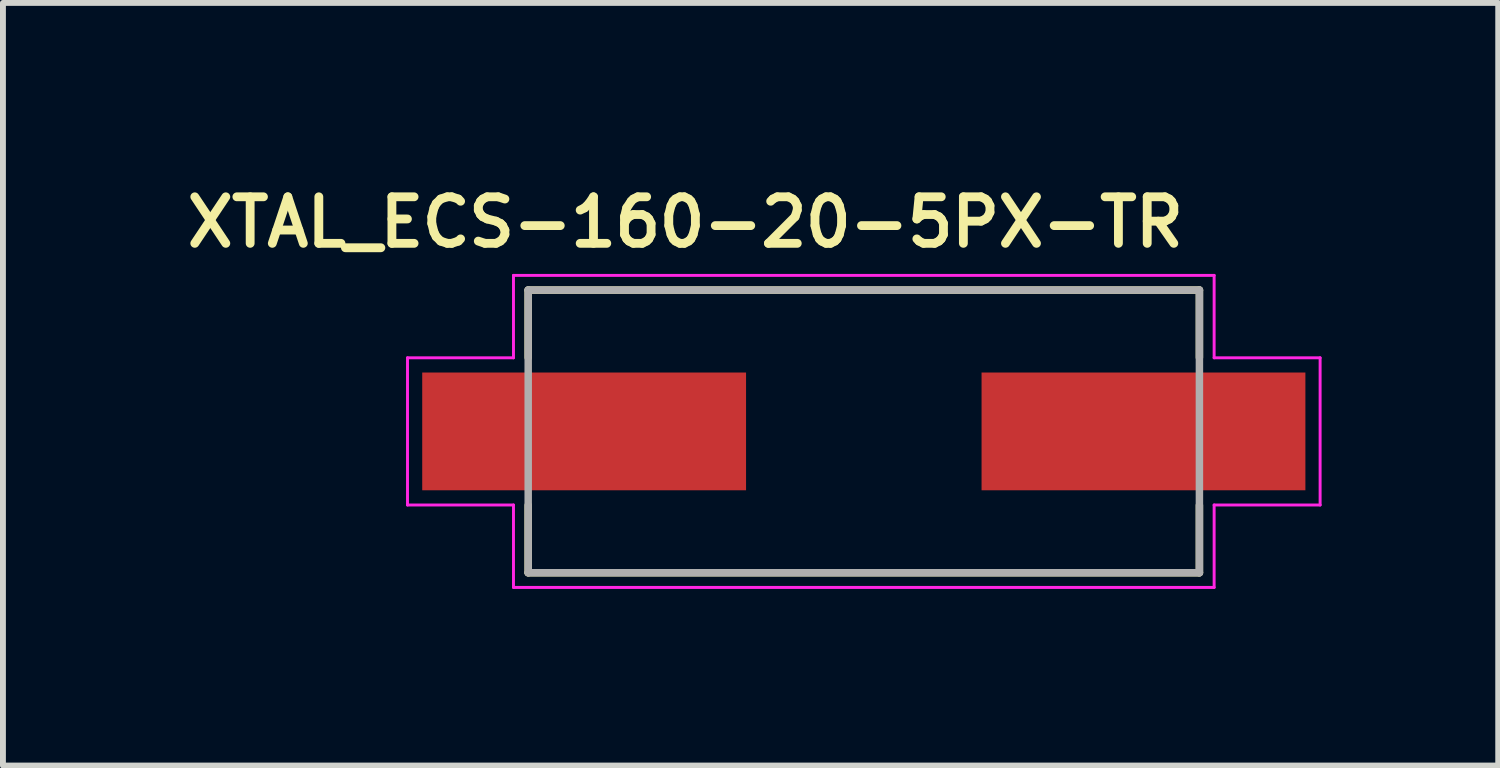
<source format=kicad_pcb>
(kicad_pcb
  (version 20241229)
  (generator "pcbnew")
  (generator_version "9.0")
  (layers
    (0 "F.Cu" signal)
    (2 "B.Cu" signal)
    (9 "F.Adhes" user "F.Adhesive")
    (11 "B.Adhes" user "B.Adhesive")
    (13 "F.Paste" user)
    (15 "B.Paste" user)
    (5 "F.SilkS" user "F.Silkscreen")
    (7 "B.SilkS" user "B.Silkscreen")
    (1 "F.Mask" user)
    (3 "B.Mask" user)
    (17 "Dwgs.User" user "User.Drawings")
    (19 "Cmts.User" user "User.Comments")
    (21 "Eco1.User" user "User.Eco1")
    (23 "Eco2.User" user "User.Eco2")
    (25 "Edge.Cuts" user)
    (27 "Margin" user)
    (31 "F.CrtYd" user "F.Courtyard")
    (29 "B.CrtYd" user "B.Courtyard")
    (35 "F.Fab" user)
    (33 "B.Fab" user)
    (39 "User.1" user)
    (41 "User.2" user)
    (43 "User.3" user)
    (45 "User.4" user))
  (footprint "XTAL_ECS-160-20-5PX-TR"
    (layer "F.Cu")
    (at 11.621 4.277)
    (property "Reference" "XTAL_ECS-160-20-5PX-TR" (at -3.03 -3.552 0) (layer "F.SilkS") (effects (font (size 0.79 0.79) (thickness 0.15))))
    (attr smd)
    (fp_line (start -5.7 -2.4) (end 5.7 -2.4) (stroke (width 0.127) (type solid)) (layer "F.SilkS"))
    (fp_line (start -5.7 -1.254) (end -5.7 -2.4) (stroke (width 0.127) (type solid)) (layer "F.SilkS"))
    (fp_line (start -5.7 2.4) (end -5.7 1.254) (stroke (width 0.127) (type solid)) (layer "F.SilkS"))
    (fp_line (start 5.7 -2.4) (end 5.7 -1.254) (stroke (width 0.127) (type solid)) (layer "F.SilkS"))
    (fp_line (start 5.7 1.254) (end 5.7 2.4) (stroke (width 0.127) (type solid)) (layer "F.SilkS"))
    (fp_line (start 5.7 2.4) (end -5.7 2.4) (stroke (width 0.127) (type solid)) (layer "F.SilkS"))
    (fp_line (start -7.75 -1.25) (end -5.95 -1.25) (stroke (width 0.05) (type solid)) (layer "F.CrtYd"))
    (fp_line (start -7.75 1.25) (end -7.75 -1.25) (stroke (width 0.05) (type solid)) (layer "F.CrtYd"))
    (fp_line (start -5.95 -2.65) (end 5.95 -2.65) (stroke (width 0.05) (type solid)) (layer "F.CrtYd"))
    (fp_line (start -5.95 -1.25) (end -5.95 -2.65) (stroke (width 0.05) (type solid)) (layer "F.CrtYd"))
    (fp_line (start -5.95 1.25) (end -7.75 1.25) (stroke (width 0.05) (type solid)) (layer "F.CrtYd"))
    (fp_line (start -5.95 2.65) (end -5.95 1.25) (stroke (width 0.05) (type solid)) (layer "F.CrtYd"))
    (fp_line (start 5.95 -2.65) (end 5.95 -1.25) (stroke (width 0.05) (type solid)) (layer "F.CrtYd"))
    (fp_line (start 5.95 -1.25) (end 7.75 -1.25) (stroke (width 0.05) (type solid)) (layer "F.CrtYd"))
    (fp_line (start 5.95 1.25) (end 5.95 2.65) (stroke (width 0.05) (type solid)) (layer "F.CrtYd"))
    (fp_line (start 5.95 2.65) (end -5.95 2.65) (stroke (width 0.05) (type solid)) (layer "F.CrtYd"))
    (fp_line (start 7.75 -1.25) (end 7.75 1.25) (stroke (width 0.05) (type solid)) (layer "F.CrtYd"))
    (fp_line (start 7.75 1.25) (end 5.95 1.25) (stroke (width 0.05) (type solid)) (layer "F.CrtYd"))
    (fp_line (start -5.7 -2.4) (end -5.7 2.4) (stroke (width 0.127) (type solid)) (layer "F.Fab"))
    (fp_line (start -5.7 2.4) (end 5.7 2.4) (stroke (width 0.127) (type solid)) (layer "F.Fab"))
    (fp_line (start 5.7 -2.4) (end -5.7 -2.4) (stroke (width 0.127) (type solid)) (layer "F.Fab"))
    (fp_line (start 5.7 2.4) (end 5.7 -2.4) (stroke (width 0.127) (type solid)) (layer "F.Fab"))
    (pad "1" smd rect (at -4.75 0) (size 5.5 2) (layers "F.Cu" "F.Mask" "F.Paste"))
    (pad "2" smd rect (at 4.75 0) (size 5.5 2) (layers "F.Cu" "F.Mask" "F.Paste")))
  (gr_rect
    (start -3 -3)
    (end 22.396 9.952)
    (stroke (width 0.1) (type default))
    (fill no)
    (layer "Edge.Cuts")))
</source>
